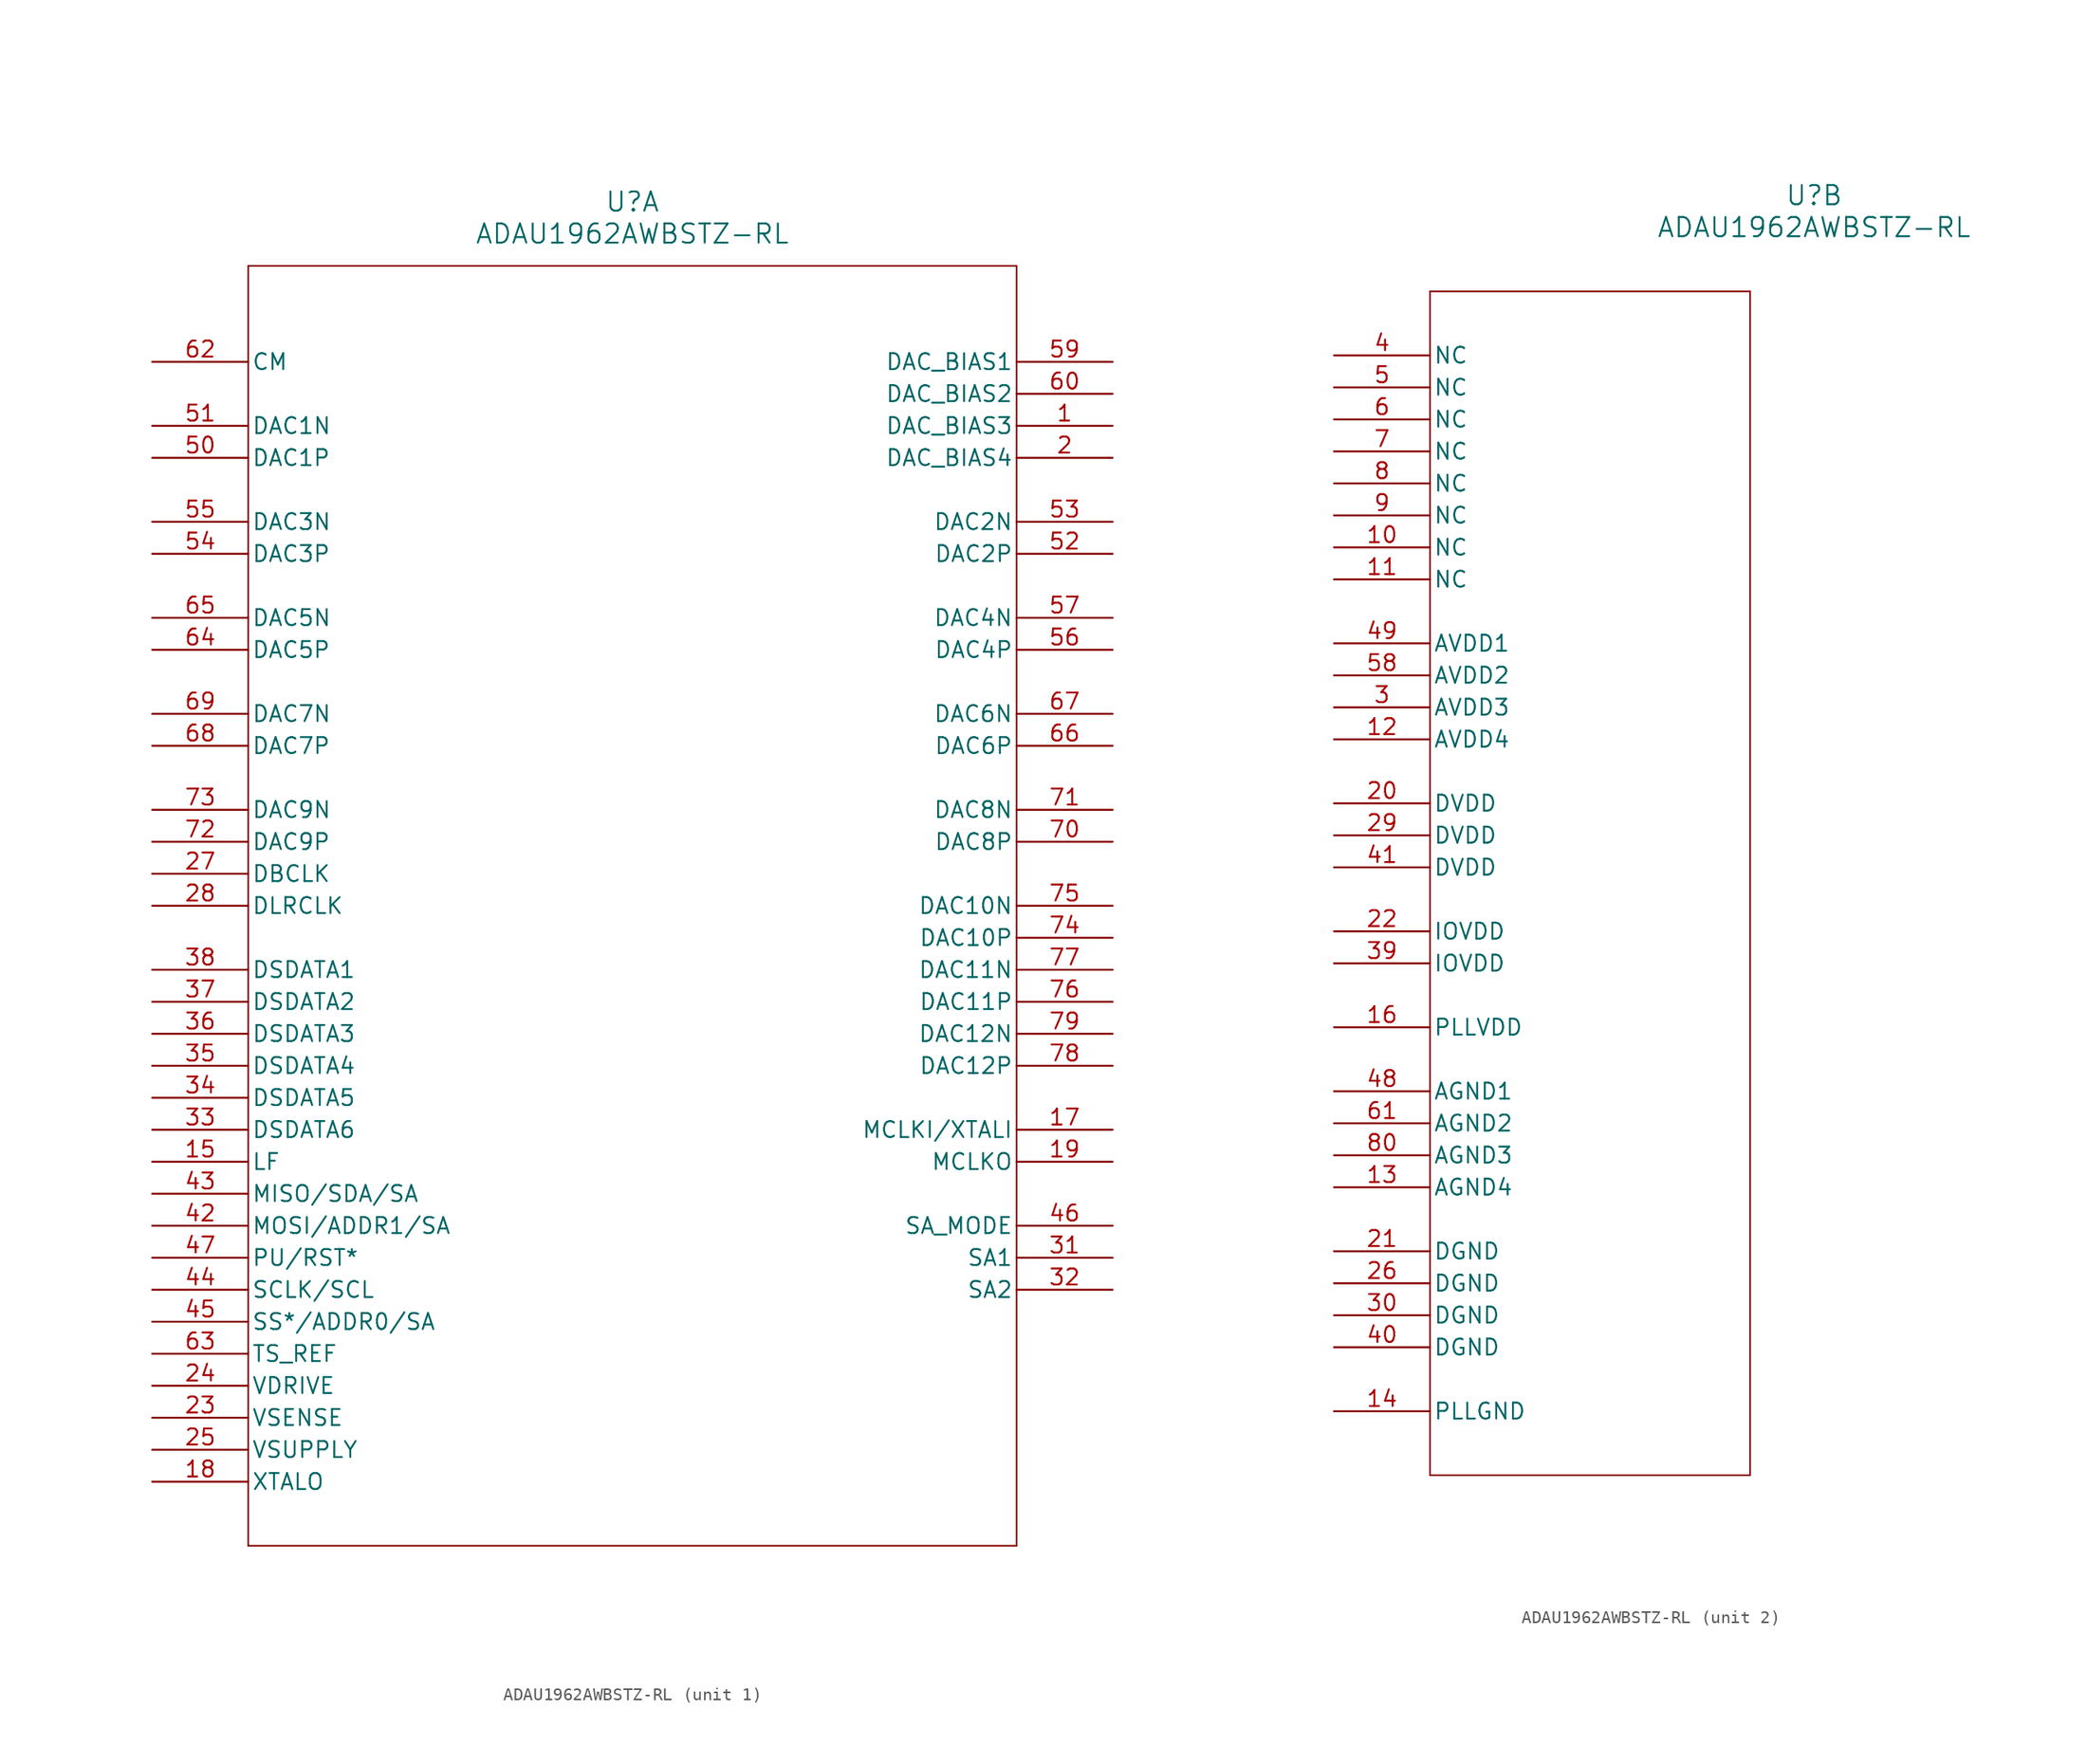
<source format=kicad_sym>
(kicad_symbol_lib
  (version 20211014)
  (generator kicad_symbol_editor)
  (symbol "ADAU1962AWBSTZ-RL"
    (pin_names
      (offset 0.254))
    (property "Reference" "U"
      (at 38.1 12.7 0)
      (effects (font (size 1.524 1.524))))
    (property "Value" "ADAU1962AWBSTZ-RL"
      (at 38.1 10.16 0)
      (effects (font (size 1.524 1.524))))
    (symbol "ADAU1962AWBSTZ-RL_1_1"
      (polyline (pts (xy 7.62 7.62) (xy 7.62 -93.98)) (stroke (width 0.127) (type default) (color 0 0 0 0)) (fill (type none)))
      (polyline (pts (xy 7.62 -93.98) (xy 68.58 -93.98)) (stroke (width 0.127) (type default) (color 0 0 0 0)) (fill (type none)))
      (polyline (pts (xy 68.58 -93.98) (xy 68.58 7.62)) (stroke (width 0.127) (type default) (color 0 0 0 0)) (fill (type none)))
      (polyline (pts (xy 68.58 7.62) (xy 7.62 7.62)) (stroke (width 0.127) (type default) (color 0 0 0 0)) (fill (type none)))
      (pin unspecified line (at 76.2 -5.08 180) (length 7.62) (name "DAC_BIAS3" (effects (font (size 1.27 1.27)))) (number "1" (effects (font (size 1.27 1.27)))))
      (pin unspecified line (at 76.2 -7.62 180) (length 7.62) (name "DAC_BIAS4" (effects (font (size 1.27 1.27)))) (number "2" (effects (font (size 1.27 1.27)))))
      (pin unspecified line (at 0 -63.5 0) (length 7.62) (name "LF" (effects (font (size 1.27 1.27)))) (number "15" (effects (font (size 1.27 1.27)))))
      (pin unspecified line (at 76.2 -60.96 180) (length 7.62) (name "MCLKI/XTALI" (effects (font (size 1.27 1.27)))) (number "17" (effects (font (size 1.27 1.27)))))
      (pin unspecified line (at 0 -88.9 0) (length 7.62) (name "XTALO" (effects (font (size 1.27 1.27)))) (number "18" (effects (font (size 1.27 1.27)))))
      (pin unspecified line (at 76.2 -63.5 180) (length 7.62) (name "MCLKO" (effects (font (size 1.27 1.27)))) (number "19" (effects (font (size 1.27 1.27)))))
      (pin unspecified line (at 0 -83.82 0) (length 7.62) (name "VSENSE" (effects (font (size 1.27 1.27)))) (number "23" (effects (font (size 1.27 1.27)))))
      (pin unspecified line (at 0 -81.28 0) (length 7.62) (name "VDRIVE" (effects (font (size 1.27 1.27)))) (number "24" (effects (font (size 1.27 1.27)))))
      (pin unspecified line (at 0 -86.36 0) (length 7.62) (name "VSUPPLY" (effects (font (size 1.27 1.27)))) (number "25" (effects (font (size 1.27 1.27)))))
      (pin unspecified line (at 0 -40.64 0) (length 7.62) (name "DBCLK" (effects (font (size 1.27 1.27)))) (number "27" (effects (font (size 1.27 1.27)))))
      (pin unspecified line (at 0 -43.18 0) (length 7.62) (name "DLRCLK" (effects (font (size 1.27 1.27)))) (number "28" (effects (font (size 1.27 1.27)))))
      (pin unspecified line (at 76.2 -71.12 180) (length 7.62) (name "SA1" (effects (font (size 1.27 1.27)))) (number "31" (effects (font (size 1.27 1.27)))))
      (pin unspecified line (at 76.2 -73.66 180) (length 7.62) (name "SA2" (effects (font (size 1.27 1.27)))) (number "32" (effects (font (size 1.27 1.27)))))
      (pin unspecified line (at 0 -60.96 0) (length 7.62) (name "DSDATA6" (effects (font (size 1.27 1.27)))) (number "33" (effects (font (size 1.27 1.27)))))
      (pin unspecified line (at 0 -58.42 0) (length 7.62) (name "DSDATA5" (effects (font (size 1.27 1.27)))) (number "34" (effects (font (size 1.27 1.27)))))
      (pin unspecified line (at 0 -55.88 0) (length 7.62) (name "DSDATA4" (effects (font (size 1.27 1.27)))) (number "35" (effects (font (size 1.27 1.27)))))
      (pin unspecified line (at 0 -53.34 0) (length 7.62) (name "DSDATA3" (effects (font (size 1.27 1.27)))) (number "36" (effects (font (size 1.27 1.27)))))
      (pin unspecified line (at 0 -50.8 0) (length 7.62) (name "DSDATA2" (effects (font (size 1.27 1.27)))) (number "37" (effects (font (size 1.27 1.27)))))
      (pin unspecified line (at 0 -48.26 0) (length 7.62) (name "DSDATA1" (effects (font (size 1.27 1.27)))) (number "38" (effects (font (size 1.27 1.27)))))
      (pin unspecified line (at 0 -68.58 0) (length 7.62) (name "MOSI/ADDR1/SA" (effects (font (size 1.27 1.27)))) (number "42" (effects (font (size 1.27 1.27)))))
      (pin unspecified line (at 0 -66.04 0) (length 7.62) (name "MISO/SDA/SA" (effects (font (size 1.27 1.27)))) (number "43" (effects (font (size 1.27 1.27)))))
      (pin unspecified line (at 0 -73.66 0) (length 7.62) (name "SCLK/SCL" (effects (font (size 1.27 1.27)))) (number "44" (effects (font (size 1.27 1.27)))))
      (pin unspecified line (at 0 -76.2 0) (length 7.62) (name "SS*/ADDR0/SA" (effects (font (size 1.27 1.27)))) (number "45" (effects (font (size 1.27 1.27)))))
      (pin unspecified line (at 76.2 -68.58 180) (length 7.62) (name "SA_MODE" (effects (font (size 1.27 1.27)))) (number "46" (effects (font (size 1.27 1.27)))))
      (pin unspecified line (at 0 -71.12 0) (length 7.62) (name "PU/RST*" (effects (font (size 1.27 1.27)))) (number "47" (effects (font (size 1.27 1.27)))))
      (pin unspecified line (at 0 -7.62 0) (length 7.62) (name "DAC1P" (effects (font (size 1.27 1.27)))) (number "50" (effects (font (size 1.27 1.27)))))
      (pin unspecified line (at 0 -5.08 0) (length 7.62) (name "DAC1N" (effects (font (size 1.27 1.27)))) (number "51" (effects (font (size 1.27 1.27)))))
      (pin unspecified line (at 76.2 -15.24 180) (length 7.62) (name "DAC2P" (effects (font (size 1.27 1.27)))) (number "52" (effects (font (size 1.27 1.27)))))
      (pin unspecified line (at 76.2 -12.7 180) (length 7.62) (name "DAC2N" (effects (font (size 1.27 1.27)))) (number "53" (effects (font (size 1.27 1.27)))))
      (pin unspecified line (at 0 -15.24 0) (length 7.62) (name "DAC3P" (effects (font (size 1.27 1.27)))) (number "54" (effects (font (size 1.27 1.27)))))
      (pin unspecified line (at 0 -12.7 0) (length 7.62) (name "DAC3N" (effects (font (size 1.27 1.27)))) (number "55" (effects (font (size 1.27 1.27)))))
      (pin unspecified line (at 76.2 -22.86 180) (length 7.62) (name "DAC4P" (effects (font (size 1.27 1.27)))) (number "56" (effects (font (size 1.27 1.27)))))
      (pin unspecified line (at 76.2 -20.32 180) (length 7.62) (name "DAC4N" (effects (font (size 1.27 1.27)))) (number "57" (effects (font (size 1.27 1.27)))))
      (pin unspecified line (at 76.2 0 180) (length 7.62) (name "DAC_BIAS1" (effects (font (size 1.27 1.27)))) (number "59" (effects (font (size 1.27 1.27)))))
      (pin unspecified line (at 76.2 -2.54 180) (length 7.62) (name "DAC_BIAS2" (effects (font (size 1.27 1.27)))) (number "60" (effects (font (size 1.27 1.27)))))
      (pin unspecified line (at 0 0 0) (length 7.62) (name "CM" (effects (font (size 1.27 1.27)))) (number "62" (effects (font (size 1.27 1.27)))))
      (pin unspecified line (at 0 -78.74 0) (length 7.62) (name "TS_REF" (effects (font (size 1.27 1.27)))) (number "63" (effects (font (size 1.27 1.27)))))
      (pin unspecified line (at 0 -22.86 0) (length 7.62) (name "DAC5P" (effects (font (size 1.27 1.27)))) (number "64" (effects (font (size 1.27 1.27)))))
      (pin unspecified line (at 0 -20.32 0) (length 7.62) (name "DAC5N" (effects (font (size 1.27 1.27)))) (number "65" (effects (font (size 1.27 1.27)))))
      (pin unspecified line (at 76.2 -30.48 180) (length 7.62) (name "DAC6P" (effects (font (size 1.27 1.27)))) (number "66" (effects (font (size 1.27 1.27)))))
      (pin unspecified line (at 76.2 -27.94 180) (length 7.62) (name "DAC6N" (effects (font (size 1.27 1.27)))) (number "67" (effects (font (size 1.27 1.27)))))
      (pin unspecified line (at 0 -30.48 0) (length 7.62) (name "DAC7P" (effects (font (size 1.27 1.27)))) (number "68" (effects (font (size 1.27 1.27)))))
      (pin unspecified line (at 0 -27.94 0) (length 7.62) (name "DAC7N" (effects (font (size 1.27 1.27)))) (number "69" (effects (font (size 1.27 1.27)))))
      (pin unspecified line (at 76.2 -38.1 180) (length 7.62) (name "DAC8P" (effects (font (size 1.27 1.27)))) (number "70" (effects (font (size 1.27 1.27)))))
      (pin unspecified line (at 76.2 -35.56 180) (length 7.62) (name "DAC8N" (effects (font (size 1.27 1.27)))) (number "71" (effects (font (size 1.27 1.27)))))
      (pin unspecified line (at 0 -38.1 0) (length 7.62) (name "DAC9P" (effects (font (size 1.27 1.27)))) (number "72" (effects (font (size 1.27 1.27)))))
      (pin unspecified line (at 0 -35.56 0) (length 7.62) (name "DAC9N" (effects (font (size 1.27 1.27)))) (number "73" (effects (font (size 1.27 1.27)))))
      (pin unspecified line (at 76.2 -45.72 180) (length 7.62) (name "DAC10P" (effects (font (size 1.27 1.27)))) (number "74" (effects (font (size 1.27 1.27)))))
      (pin unspecified line (at 76.2 -43.18 180) (length 7.62) (name "DAC10N" (effects (font (size 1.27 1.27)))) (number "75" (effects (font (size 1.27 1.27)))))
      (pin unspecified line (at 76.2 -50.8 180) (length 7.62) (name "DAC11P" (effects (font (size 1.27 1.27)))) (number "76" (effects (font (size 1.27 1.27)))))
      (pin unspecified line (at 76.2 -48.26 180) (length 7.62) (name "DAC11N" (effects (font (size 1.27 1.27)))) (number "77" (effects (font (size 1.27 1.27)))))
      (pin unspecified line (at 76.2 -55.88 180) (length 7.62) (name "DAC12P" (effects (font (size 1.27 1.27)))) (number "78" (effects (font (size 1.27 1.27)))))
      (pin unspecified line (at 76.2 -53.34 180) (length 7.62) (name "DAC12N" (effects (font (size 1.27 1.27)))) (number "79" (effects (font (size 1.27 1.27))))))
    (symbol "ADAU1962AWBSTZ-RL_2_1"
      (polyline (pts (xy 7.62 5.08) (xy 7.62 -88.9)) (stroke (width 0.127) (type default) (color 0 0 0 0)) (fill (type none)))
      (polyline (pts (xy 7.62 -88.9) (xy 33.02 -88.9)) (stroke (width 0.127) (type default) (color 0 0 0 0)) (fill (type none)))
      (polyline (pts (xy 33.02 -88.9) (xy 33.02 5.08)) (stroke (width 0.127) (type default) (color 0 0 0 0)) (fill (type none)))
      (polyline (pts (xy 33.02 5.08) (xy 7.62 5.08)) (stroke (width 0.127) (type default) (color 0 0 0 0)) (fill (type none)))
      (pin unspecified line (at 0 -27.94 0) (length 7.62) (name "AVDD3" (effects (font (size 1.27 1.27)))) (number "3" (effects (font (size 1.27 1.27)))))
      (pin unspecified line (at 0 0 0) (length 7.62) (name "NC" (effects (font (size 1.27 1.27)))) (number "4" (effects (font (size 1.27 1.27)))))
      (pin unspecified line (at 0 -2.54 0) (length 7.62) (name "NC" (effects (font (size 1.27 1.27)))) (number "5" (effects (font (size 1.27 1.27)))))
      (pin unspecified line (at 0 -5.08 0) (length 7.62) (name "NC" (effects (font (size 1.27 1.27)))) (number "6" (effects (font (size 1.27 1.27)))))
      (pin unspecified line (at 0 -7.62 0) (length 7.62) (name "NC" (effects (font (size 1.27 1.27)))) (number "7" (effects (font (size 1.27 1.27)))))
      (pin unspecified line (at 0 -10.16 0) (length 7.62) (name "NC" (effects (font (size 1.27 1.27)))) (number "8" (effects (font (size 1.27 1.27)))))
      (pin unspecified line (at 0 -12.7 0) (length 7.62) (name "NC" (effects (font (size 1.27 1.27)))) (number "9" (effects (font (size 1.27 1.27)))))
      (pin unspecified line (at 0 -15.24 0) (length 7.62) (name "NC" (effects (font (size 1.27 1.27)))) (number "10" (effects (font (size 1.27 1.27)))))
      (pin unspecified line (at 0 -17.78 0) (length 7.62) (name "NC" (effects (font (size 1.27 1.27)))) (number "11" (effects (font (size 1.27 1.27)))))
      (pin unspecified line (at 0 -30.48 0) (length 7.62) (name "AVDD4" (effects (font (size 1.27 1.27)))) (number "12" (effects (font (size 1.27 1.27)))))
      (pin unspecified line (at 0 -66.04 0) (length 7.62) (name "AGND4" (effects (font (size 1.27 1.27)))) (number "13" (effects (font (size 1.27 1.27)))))
      (pin unspecified line (at 0 -83.82 0) (length 7.62) (name "PLLGND" (effects (font (size 1.27 1.27)))) (number "14" (effects (font (size 1.27 1.27)))))
      (pin unspecified line (at 0 -53.34 0) (length 7.62) (name "PLLVDD" (effects (font (size 1.27 1.27)))) (number "16" (effects (font (size 1.27 1.27)))))
      (pin unspecified line (at 0 -35.56 0) (length 7.62) (name "DVDD" (effects (font (size 1.27 1.27)))) (number "20" (effects (font (size 1.27 1.27)))))
      (pin unspecified line (at 0 -71.12 0) (length 7.62) (name "DGND" (effects (font (size 1.27 1.27)))) (number "21" (effects (font (size 1.27 1.27)))))
      (pin unspecified line (at 0 -45.72 0) (length 7.62) (name "IOVDD" (effects (font (size 1.27 1.27)))) (number "22" (effects (font (size 1.27 1.27)))))
      (pin unspecified line (at 0 -73.66 0) (length 7.62) (name "DGND" (effects (font (size 1.27 1.27)))) (number "26" (effects (font (size 1.27 1.27)))))
      (pin unspecified line (at 0 -38.1 0) (length 7.62) (name "DVDD" (effects (font (size 1.27 1.27)))) (number "29" (effects (font (size 1.27 1.27)))))
      (pin unspecified line (at 0 -76.2 0) (length 7.62) (name "DGND" (effects (font (size 1.27 1.27)))) (number "30" (effects (font (size 1.27 1.27)))))
      (pin unspecified line (at 0 -48.26 0) (length 7.62) (name "IOVDD" (effects (font (size 1.27 1.27)))) (number "39" (effects (font (size 1.27 1.27)))))
      (pin unspecified line (at 0 -78.74 0) (length 7.62) (name "DGND" (effects (font (size 1.27 1.27)))) (number "40" (effects (font (size 1.27 1.27)))))
      (pin unspecified line (at 0 -40.64 0) (length 7.62) (name "DVDD" (effects (font (size 1.27 1.27)))) (number "41" (effects (font (size 1.27 1.27)))))
      (pin unspecified line (at 0 -58.42 0) (length 7.62) (name "AGND1" (effects (font (size 1.27 1.27)))) (number "48" (effects (font (size 1.27 1.27)))))
      (pin unspecified line (at 0 -22.86 0) (length 7.62) (name "AVDD1" (effects (font (size 1.27 1.27)))) (number "49" (effects (font (size 1.27 1.27)))))
      (pin unspecified line (at 0 -25.4 0) (length 7.62) (name "AVDD2" (effects (font (size 1.27 1.27)))) (number "58" (effects (font (size 1.27 1.27)))))
      (pin unspecified line (at 0 -60.96 0) (length 7.62) (name "AGND2" (effects (font (size 1.27 1.27)))) (number "61" (effects (font (size 1.27 1.27)))))
      (pin unspecified line (at 0 -63.5 0) (length 7.62) (name "AGND3" (effects (font (size 1.27 1.27)))) (number "80" (effects (font (size 1.27 1.27))))))))
</source>
